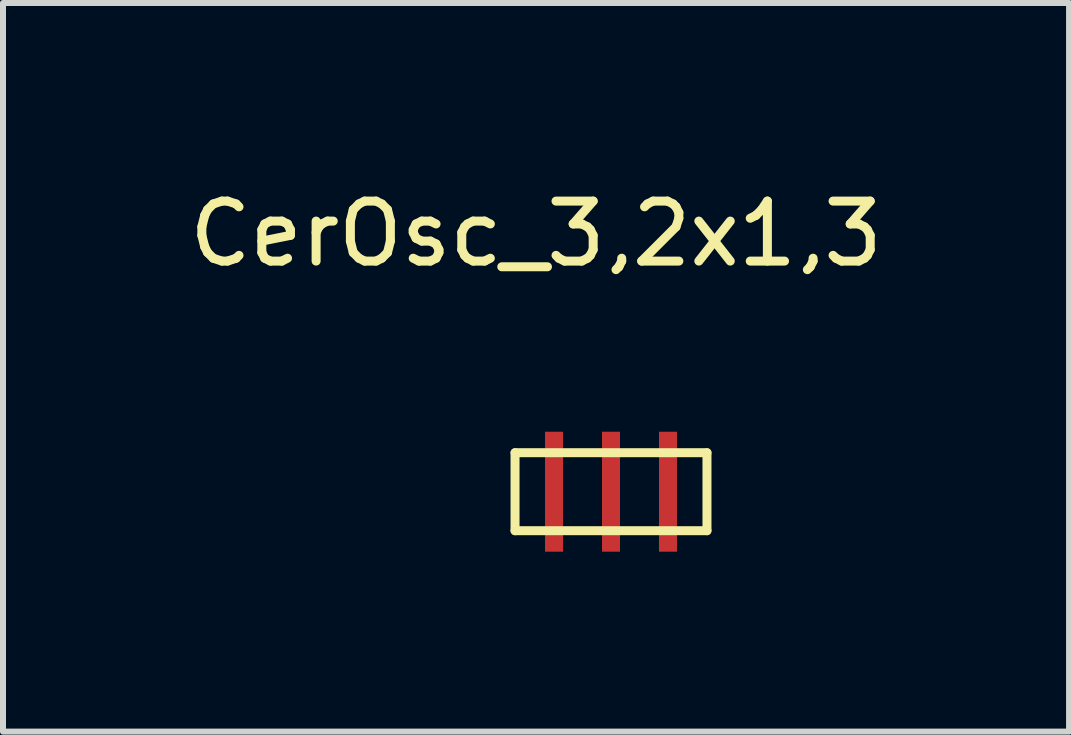
<source format=kicad_pcb>
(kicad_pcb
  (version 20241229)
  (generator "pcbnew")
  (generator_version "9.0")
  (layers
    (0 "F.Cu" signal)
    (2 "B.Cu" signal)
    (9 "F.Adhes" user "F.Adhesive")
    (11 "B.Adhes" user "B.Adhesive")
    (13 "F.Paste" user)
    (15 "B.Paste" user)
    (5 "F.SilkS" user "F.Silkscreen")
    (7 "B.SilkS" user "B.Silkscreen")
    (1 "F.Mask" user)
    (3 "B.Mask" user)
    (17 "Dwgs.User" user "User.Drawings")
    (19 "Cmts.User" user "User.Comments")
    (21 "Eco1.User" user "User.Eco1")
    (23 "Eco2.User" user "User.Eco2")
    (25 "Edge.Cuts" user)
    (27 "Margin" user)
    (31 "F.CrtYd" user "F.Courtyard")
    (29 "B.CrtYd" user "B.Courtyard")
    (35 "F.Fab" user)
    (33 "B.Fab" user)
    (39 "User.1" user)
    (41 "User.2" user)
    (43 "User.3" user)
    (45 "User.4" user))
  (footprint "CerOsc_3,2x1,3"
    (layer "F.Cu")
    (at 7.137 5.148)
    (property "Reference" "CerOsc_3,2x1,3" (at -1.25 -4.3 0) (layer "F.SilkS") (effects (font (size 1 1) (thickness 0.15))))
    (attr through_hole)
    (fp_line (start -1.6 -0.65) (end -1.6 0.65) (stroke (width 0.15) (type solid)) (layer "F.SilkS"))
    (fp_line (start -1.6 0.65) (end 1.6 0.65) (stroke (width 0.15) (type solid)) (layer "F.SilkS"))
    (fp_line (start 1.6 -0.65) (end -1.6 -0.65) (stroke (width 0.15) (type solid)) (layer "F.SilkS"))
    (fp_line (start 1.6 0.65) (end 1.6 -0.65) (stroke (width 0.15) (type solid)) (layer "F.SilkS"))
    (pad "1" smd rect (at -0.95 0) (size 0.3 2) (layers "F.Cu" "F.Mask" "F.Paste"))
    (pad "2" smd rect (at 0 0) (size 0.3 2) (layers "F.Cu" "F.Mask" "F.Paste"))
    (pad "3" smd rect (at 0.95 0) (size 0.3 2) (layers "F.Cu" "F.Mask" "F.Paste")))
  (gr_rect
    (start -3 -3)
    (end 14.774 9.148)
    (stroke (width 0.1) (type default))
    (fill no)
    (layer "Edge.Cuts")))
</source>
